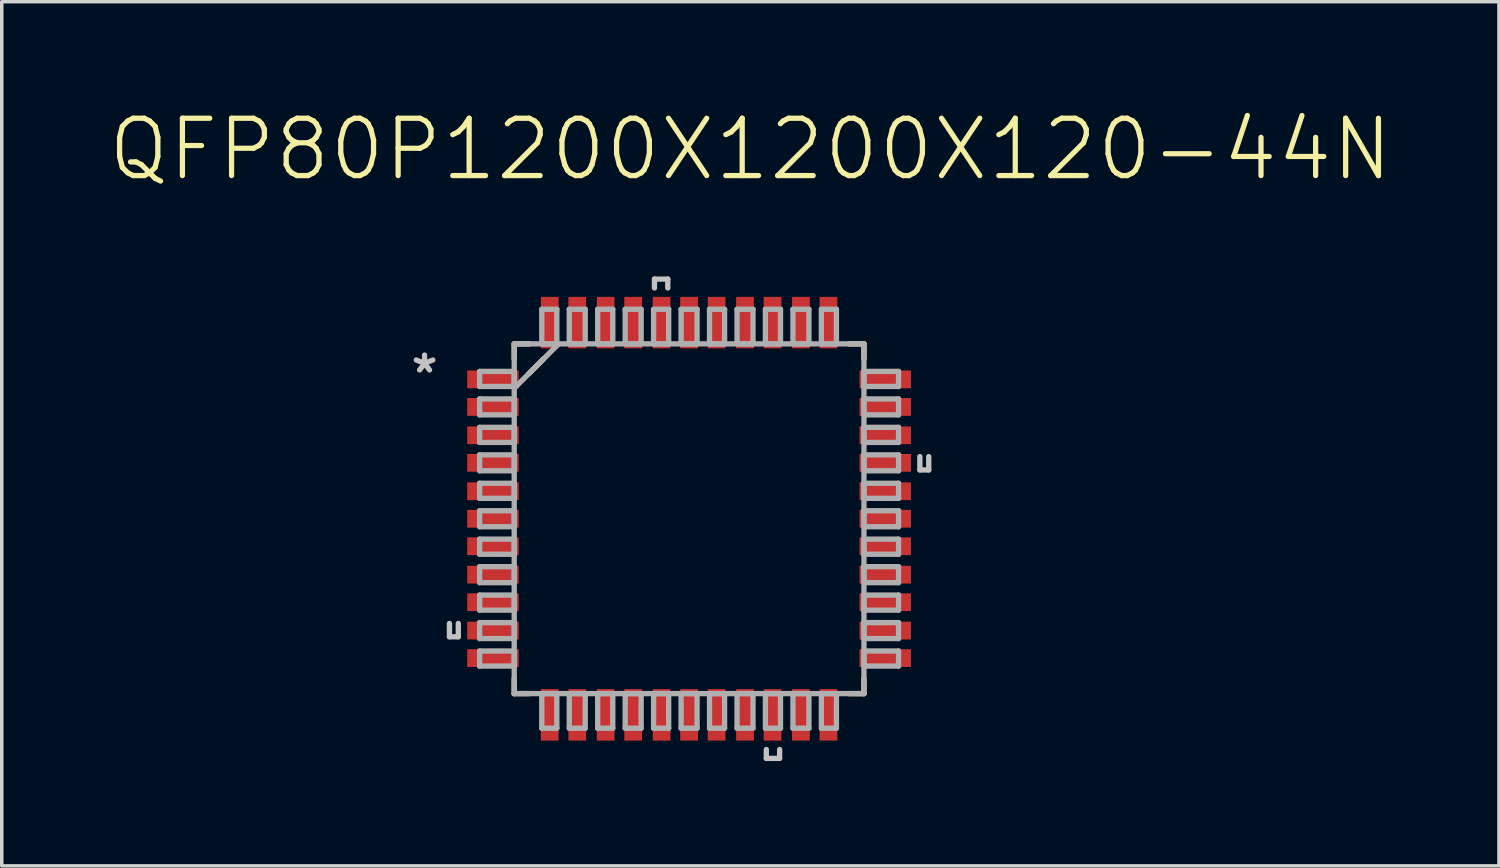
<source format=kicad_pcb>
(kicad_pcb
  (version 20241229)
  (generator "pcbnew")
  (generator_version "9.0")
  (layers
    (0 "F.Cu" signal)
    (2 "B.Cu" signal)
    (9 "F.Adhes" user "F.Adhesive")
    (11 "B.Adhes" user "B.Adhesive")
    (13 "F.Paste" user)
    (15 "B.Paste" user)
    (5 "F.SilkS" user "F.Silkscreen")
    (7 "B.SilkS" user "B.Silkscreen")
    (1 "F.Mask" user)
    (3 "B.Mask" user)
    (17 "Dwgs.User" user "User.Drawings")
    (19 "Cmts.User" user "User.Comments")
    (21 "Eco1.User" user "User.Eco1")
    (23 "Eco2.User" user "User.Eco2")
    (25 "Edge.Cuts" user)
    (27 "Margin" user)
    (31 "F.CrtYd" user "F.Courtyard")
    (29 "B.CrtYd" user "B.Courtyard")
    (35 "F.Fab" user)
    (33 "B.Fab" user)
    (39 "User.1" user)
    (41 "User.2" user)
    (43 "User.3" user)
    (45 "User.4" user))
  (footprint "QFP80P1200X1200X120-44N"
    (layer "F.Cu")
    (at 16.67 11.795)
    (property "Reference" "QFP80P1200X1200X120-44N" (at 1.754 -10.572 0) (layer "F.SilkS") (effects (font (size 1.641 1.641) (thickness 0.15))))
    (attr smd)
    (fp_line (start -5.004 -5.004) (end -5.004 -4.572) (stroke (width 0.152) (type solid)) (layer "F.SilkS"))
    (fp_line (start -5.004 4.572) (end -5.004 5.004) (stroke (width 0.152) (type solid)) (layer "F.SilkS"))
    (fp_line (start -5.004 5.004) (end -4.572 5.004) (stroke (width 0.152) (type solid)) (layer "F.SilkS"))
    (fp_line (start -4.572 -5.004) (end -5.004 -5.004) (stroke (width 0.152) (type solid)) (layer "F.SilkS"))
    (fp_line (start -4.572 -4.166) (end -4.166 -4.572) (stroke (width 0.152) (type solid)) (layer "F.SilkS"))
    (fp_line (start 4.572 5.004) (end 5.004 5.004) (stroke (width 0.152) (type solid)) (layer "F.SilkS"))
    (fp_line (start 5.004 -5.004) (end 4.572 -5.004) (stroke (width 0.152) (type solid)) (layer "F.SilkS"))
    (fp_line (start 5.004 -4.572) (end 5.004 -5.004) (stroke (width 0.152) (type solid)) (layer "F.SilkS"))
    (fp_line (start 5.004 5.004) (end 5.004 4.572) (stroke (width 0.152) (type solid)) (layer "F.SilkS"))
    (fp_line (start -6.858 2.997) (end -6.858 3.378) (stroke (width 0.152) (type solid)) (layer "Dwgs.User"))
    (fp_line (start -6.858 3.378) (end -6.604 3.378) (stroke (width 0.152) (type solid)) (layer "Dwgs.User"))
    (fp_line (start -6.604 3.378) (end -6.604 2.997) (stroke (width 0.152) (type solid)) (layer "Dwgs.User"))
    (fp_line (start -0.991 -6.858) (end -0.61 -6.858) (stroke (width 0.152) (type solid)) (layer "Dwgs.User"))
    (fp_line (start -0.991 -6.604) (end -0.991 -6.858) (stroke (width 0.152) (type solid)) (layer "Dwgs.User"))
    (fp_line (start -0.61 -6.858) (end -0.61 -6.604) (stroke (width 0.152) (type solid)) (layer "Dwgs.User"))
    (fp_line (start 2.21 6.604) (end 2.21 6.858) (stroke (width 0.152) (type solid)) (layer "Dwgs.User"))
    (fp_line (start 2.21 6.858) (end 2.591 6.858) (stroke (width 0.152) (type solid)) (layer "Dwgs.User"))
    (fp_line (start 2.591 6.858) (end 2.591 6.604) (stroke (width 0.152) (type solid)) (layer "Dwgs.User"))
    (fp_line (start 6.604 -1.397) (end 6.604 -1.778) (stroke (width 0.152) (type solid)) (layer "Dwgs.User"))
    (fp_line (start 6.858 -1.778) (end 6.858 -1.397) (stroke (width 0.152) (type solid)) (layer "Dwgs.User"))
    (fp_line (start 6.858 -1.397) (end 6.604 -1.397) (stroke (width 0.152) (type solid)) (layer "Dwgs.User"))
    (fp_line (start -5.994 -4.216) (end -5.994 -3.785) (stroke (width 0.152) (type solid)) (layer "F.Fab"))
    (fp_line (start -5.994 -3.785) (end -5.004 -3.785) (stroke (width 0.152) (type solid)) (layer "F.Fab"))
    (fp_line (start -5.994 -3.429) (end -5.994 -2.972) (stroke (width 0.152) (type solid)) (layer "F.Fab"))
    (fp_line (start -5.994 -2.972) (end -5.004 -2.972) (stroke (width 0.152) (type solid)) (layer "F.Fab"))
    (fp_line (start -5.994 -2.616) (end -5.994 -2.184) (stroke (width 0.152) (type solid)) (layer "F.Fab"))
    (fp_line (start -5.994 -2.184) (end -5.004 -2.184) (stroke (width 0.152) (type solid)) (layer "F.Fab"))
    (fp_line (start -5.994 -1.829) (end -5.994 -1.372) (stroke (width 0.152) (type solid)) (layer "F.Fab"))
    (fp_line (start -5.994 -1.372) (end -5.004 -1.372) (stroke (width 0.152) (type solid)) (layer "F.Fab"))
    (fp_line (start -5.994 -1.016) (end -5.994 -0.584) (stroke (width 0.152) (type solid)) (layer "F.Fab"))
    (fp_line (start -5.994 -0.584) (end -5.004 -0.584) (stroke (width 0.152) (type solid)) (layer "F.Fab"))
    (fp_line (start -5.994 -0.229) (end -5.994 0.229) (stroke (width 0.152) (type solid)) (layer "F.Fab"))
    (fp_line (start -5.994 0.229) (end -5.004 0.229) (stroke (width 0.152) (type solid)) (layer "F.Fab"))
    (fp_line (start -5.994 0.584) (end -5.994 1.016) (stroke (width 0.152) (type solid)) (layer "F.Fab"))
    (fp_line (start -5.994 1.016) (end -5.004 1.016) (stroke (width 0.152) (type solid)) (layer "F.Fab"))
    (fp_line (start -5.994 1.372) (end -5.994 1.829) (stroke (width 0.152) (type solid)) (layer "F.Fab"))
    (fp_line (start -5.994 1.829) (end -5.004 1.829) (stroke (width 0.152) (type solid)) (layer "F.Fab"))
    (fp_line (start -5.994 2.184) (end -5.994 2.616) (stroke (width 0.152) (type solid)) (layer "F.Fab"))
    (fp_line (start -5.994 2.616) (end -5.004 2.616) (stroke (width 0.152) (type solid)) (layer "F.Fab"))
    (fp_line (start -5.994 2.972) (end -5.994 3.429) (stroke (width 0.152) (type solid)) (layer "F.Fab"))
    (fp_line (start -5.994 3.429) (end -5.004 3.429) (stroke (width 0.152) (type solid)) (layer "F.Fab"))
    (fp_line (start -5.994 3.785) (end -5.994 4.216) (stroke (width 0.152) (type solid)) (layer "F.Fab"))
    (fp_line (start -5.994 4.216) (end -5.004 4.216) (stroke (width 0.152) (type solid)) (layer "F.Fab"))
    (fp_line (start -5.004 -5.004) (end -5.004 5.004) (stroke (width 0.152) (type solid)) (layer "F.Fab"))
    (fp_line (start -5.004 -4.216) (end -5.994 -4.216) (stroke (width 0.152) (type solid)) (layer "F.Fab"))
    (fp_line (start -5.004 -3.785) (end -5.004 -4.216) (stroke (width 0.152) (type solid)) (layer "F.Fab"))
    (fp_line (start -5.004 -3.734) (end -3.734 -5.004) (stroke (width 0.152) (type solid)) (layer "F.Fab"))
    (fp_line (start -5.004 -3.429) (end -5.994 -3.429) (stroke (width 0.152) (type solid)) (layer "F.Fab"))
    (fp_line (start -5.004 -2.972) (end -5.004 -3.429) (stroke (width 0.152) (type solid)) (layer "F.Fab"))
    (fp_line (start -5.004 -2.616) (end -5.994 -2.616) (stroke (width 0.152) (type solid)) (layer "F.Fab"))
    (fp_line (start -5.004 -2.184) (end -5.004 -2.616) (stroke (width 0.152) (type solid)) (layer "F.Fab"))
    (fp_line (start -5.004 -1.829) (end -5.994 -1.829) (stroke (width 0.152) (type solid)) (layer "F.Fab"))
    (fp_line (start -5.004 -1.372) (end -5.004 -1.829) (stroke (width 0.152) (type solid)) (layer "F.Fab"))
    (fp_line (start -5.004 -1.016) (end -5.994 -1.016) (stroke (width 0.152) (type solid)) (layer "F.Fab"))
    (fp_line (start -5.004 -0.584) (end -5.004 -1.016) (stroke (width 0.152) (type solid)) (layer "F.Fab"))
    (fp_line (start -5.004 -0.229) (end -5.994 -0.229) (stroke (width 0.152) (type solid)) (layer "F.Fab"))
    (fp_line (start -5.004 0.229) (end -5.004 -0.229) (stroke (width 0.152) (type solid)) (layer "F.Fab"))
    (fp_line (start -5.004 0.584) (end -5.994 0.584) (stroke (width 0.152) (type solid)) (layer "F.Fab"))
    (fp_line (start -5.004 1.016) (end -5.004 0.584) (stroke (width 0.152) (type solid)) (layer "F.Fab"))
    (fp_line (start -5.004 1.372) (end -5.994 1.372) (stroke (width 0.152) (type solid)) (layer "F.Fab"))
    (fp_line (start -5.004 1.829) (end -5.004 1.372) (stroke (width 0.152) (type solid)) (layer "F.Fab"))
    (fp_line (start -5.004 2.184) (end -5.994 2.184) (stroke (width 0.152) (type solid)) (layer "F.Fab"))
    (fp_line (start -5.004 2.616) (end -5.004 2.184) (stroke (width 0.152) (type solid)) (layer "F.Fab"))
    (fp_line (start -5.004 2.972) (end -5.994 2.972) (stroke (width 0.152) (type solid)) (layer "F.Fab"))
    (fp_line (start -5.004 3.429) (end -5.004 2.972) (stroke (width 0.152) (type solid)) (layer "F.Fab"))
    (fp_line (start -5.004 3.785) (end -5.994 3.785) (stroke (width 0.152) (type solid)) (layer "F.Fab"))
    (fp_line (start -5.004 4.216) (end -5.004 3.785) (stroke (width 0.152) (type solid)) (layer "F.Fab"))
    (fp_line (start -5.004 5.004) (end 5.004 5.004) (stroke (width 0.152) (type solid)) (layer "F.Fab"))
    (fp_line (start -4.216 -5.994) (end -4.216 -5.004) (stroke (width 0.152) (type solid)) (layer "F.Fab"))
    (fp_line (start -4.216 -5.004) (end -3.785 -5.004) (stroke (width 0.152) (type solid)) (layer "F.Fab"))
    (fp_line (start -4.216 5.004) (end -4.216 5.994) (stroke (width 0.152) (type solid)) (layer "F.Fab"))
    (fp_line (start -4.216 5.994) (end -3.785 5.994) (stroke (width 0.152) (type solid)) (layer "F.Fab"))
    (fp_line (start -3.785 -5.994) (end -4.216 -5.994) (stroke (width 0.152) (type solid)) (layer "F.Fab"))
    (fp_line (start -3.785 -5.004) (end -3.785 -5.994) (stroke (width 0.152) (type solid)) (layer "F.Fab"))
    (fp_line (start -3.785 5.004) (end -4.216 5.004) (stroke (width 0.152) (type solid)) (layer "F.Fab"))
    (fp_line (start -3.785 5.994) (end -3.785 5.004) (stroke (width 0.152) (type solid)) (layer "F.Fab"))
    (fp_line (start -3.429 -5.994) (end -3.429 -5.004) (stroke (width 0.152) (type solid)) (layer "F.Fab"))
    (fp_line (start -3.429 -5.004) (end -2.972 -5.004) (stroke (width 0.152) (type solid)) (layer "F.Fab"))
    (fp_line (start -3.429 5.004) (end -3.429 5.994) (stroke (width 0.152) (type solid)) (layer "F.Fab"))
    (fp_line (start -3.429 5.994) (end -2.972 5.994) (stroke (width 0.152) (type solid)) (layer "F.Fab"))
    (fp_line (start -2.972 -5.994) (end -3.429 -5.994) (stroke (width 0.152) (type solid)) (layer "F.Fab"))
    (fp_line (start -2.972 -5.004) (end -2.972 -5.994) (stroke (width 0.152) (type solid)) (layer "F.Fab"))
    (fp_line (start -2.972 5.004) (end -3.429 5.004) (stroke (width 0.152) (type solid)) (layer "F.Fab"))
    (fp_line (start -2.972 5.994) (end -2.972 5.004) (stroke (width 0.152) (type solid)) (layer "F.Fab"))
    (fp_line (start -2.616 -5.994) (end -2.616 -5.004) (stroke (width 0.152) (type solid)) (layer "F.Fab"))
    (fp_line (start -2.616 -5.004) (end -2.184 -5.004) (stroke (width 0.152) (type solid)) (layer "F.Fab"))
    (fp_line (start -2.616 5.004) (end -2.616 5.994) (stroke (width 0.152) (type solid)) (layer "F.Fab"))
    (fp_line (start -2.616 5.994) (end -2.184 5.994) (stroke (width 0.152) (type solid)) (layer "F.Fab"))
    (fp_line (start -2.184 -5.994) (end -2.616 -5.994) (stroke (width 0.152) (type solid)) (layer "F.Fab"))
    (fp_line (start -2.184 -5.004) (end -2.184 -5.994) (stroke (width 0.152) (type solid)) (layer "F.Fab"))
    (fp_line (start -2.184 5.004) (end -2.616 5.004) (stroke (width 0.152) (type solid)) (layer "F.Fab"))
    (fp_line (start -2.184 5.994) (end -2.184 5.004) (stroke (width 0.152) (type solid)) (layer "F.Fab"))
    (fp_line (start -1.829 -5.994) (end -1.829 -5.004) (stroke (width 0.152) (type solid)) (layer "F.Fab"))
    (fp_line (start -1.829 -5.004) (end -1.372 -5.004) (stroke (width 0.152) (type solid)) (layer "F.Fab"))
    (fp_line (start -1.829 5.004) (end -1.829 5.994) (stroke (width 0.152) (type solid)) (layer "F.Fab"))
    (fp_line (start -1.829 5.994) (end -1.372 5.994) (stroke (width 0.152) (type solid)) (layer "F.Fab"))
    (fp_line (start -1.372 -5.994) (end -1.829 -5.994) (stroke (width 0.152) (type solid)) (layer "F.Fab"))
    (fp_line (start -1.372 -5.004) (end -1.372 -5.994) (stroke (width 0.152) (type solid)) (layer "F.Fab"))
    (fp_line (start -1.372 5.004) (end -1.829 5.004) (stroke (width 0.152) (type solid)) (layer "F.Fab"))
    (fp_line (start -1.372 5.994) (end -1.372 5.004) (stroke (width 0.152) (type solid)) (layer "F.Fab"))
    (fp_line (start -1.016 -5.994) (end -1.016 -5.004) (stroke (width 0.152) (type solid)) (layer "F.Fab"))
    (fp_line (start -1.016 -5.004) (end -0.584 -5.004) (stroke (width 0.152) (type solid)) (layer "F.Fab"))
    (fp_line (start -1.016 5.004) (end -1.016 5.994) (stroke (width 0.152) (type solid)) (layer "F.Fab"))
    (fp_line (start -1.016 5.994) (end -0.584 5.994) (stroke (width 0.152) (type solid)) (layer "F.Fab"))
    (fp_line (start -0.584 -5.994) (end -1.016 -5.994) (stroke (width 0.152) (type solid)) (layer "F.Fab"))
    (fp_line (start -0.584 -5.004) (end -0.584 -5.994) (stroke (width 0.152) (type solid)) (layer "F.Fab"))
    (fp_line (start -0.584 5.004) (end -1.016 5.004) (stroke (width 0.152) (type solid)) (layer "F.Fab"))
    (fp_line (start -0.584 5.994) (end -0.584 5.004) (stroke (width 0.152) (type solid)) (layer "F.Fab"))
    (fp_line (start -0.229 -5.994) (end -0.229 -5.004) (stroke (width 0.152) (type solid)) (layer "F.Fab"))
    (fp_line (start -0.229 -5.004) (end 0.229 -5.004) (stroke (width 0.152) (type solid)) (layer "F.Fab"))
    (fp_line (start -0.229 5.004) (end -0.229 5.994) (stroke (width 0.152) (type solid)) (layer "F.Fab"))
    (fp_line (start -0.229 5.994) (end 0.229 5.994) (stroke (width 0.152) (type solid)) (layer "F.Fab"))
    (fp_line (start 0.229 -5.994) (end -0.229 -5.994) (stroke (width 0.152) (type solid)) (layer "F.Fab"))
    (fp_line (start 0.229 -5.004) (end 0.229 -5.994) (stroke (width 0.152) (type solid)) (layer "F.Fab"))
    (fp_line (start 0.229 5.004) (end -0.229 5.004) (stroke (width 0.152) (type solid)) (layer "F.Fab"))
    (fp_line (start 0.229 5.994) (end 0.229 5.004) (stroke (width 0.152) (type solid)) (layer "F.Fab"))
    (fp_line (start 0.584 -5.994) (end 0.584 -5.004) (stroke (width 0.152) (type solid)) (layer "F.Fab"))
    (fp_line (start 0.584 -5.004) (end 1.016 -5.004) (stroke (width 0.152) (type solid)) (layer "F.Fab"))
    (fp_line (start 0.584 5.004) (end 0.584 5.994) (stroke (width 0.152) (type solid)) (layer "F.Fab"))
    (fp_line (start 0.584 5.994) (end 1.016 5.994) (stroke (width 0.152) (type solid)) (layer "F.Fab"))
    (fp_line (start 1.016 -5.994) (end 0.584 -5.994) (stroke (width 0.152) (type solid)) (layer "F.Fab"))
    (fp_line (start 1.016 -5.004) (end 1.016 -5.994) (stroke (width 0.152) (type solid)) (layer "F.Fab"))
    (fp_line (start 1.016 5.004) (end 0.584 5.004) (stroke (width 0.152) (type solid)) (layer "F.Fab"))
    (fp_line (start 1.016 5.994) (end 1.016 5.004) (stroke (width 0.152) (type solid)) (layer "F.Fab"))
    (fp_line (start 1.372 -5.994) (end 1.372 -5.004) (stroke (width 0.152) (type solid)) (layer "F.Fab"))
    (fp_line (start 1.372 -5.004) (end 1.829 -5.004) (stroke (width 0.152) (type solid)) (layer "F.Fab"))
    (fp_line (start 1.372 5.004) (end 1.372 5.994) (stroke (width 0.152) (type solid)) (layer "F.Fab"))
    (fp_line (start 1.372 5.994) (end 1.829 5.994) (stroke (width 0.152) (type solid)) (layer "F.Fab"))
    (fp_line (start 1.829 -5.994) (end 1.372 -5.994) (stroke (width 0.152) (type solid)) (layer "F.Fab"))
    (fp_line (start 1.829 -5.004) (end 1.829 -5.994) (stroke (width 0.152) (type solid)) (layer "F.Fab"))
    (fp_line (start 1.829 5.004) (end 1.372 5.004) (stroke (width 0.152) (type solid)) (layer "F.Fab"))
    (fp_line (start 1.829 5.994) (end 1.829 5.004) (stroke (width 0.152) (type solid)) (layer "F.Fab"))
    (fp_line (start 2.184 -5.994) (end 2.184 -5.004) (stroke (width 0.152) (type solid)) (layer "F.Fab"))
    (fp_line (start 2.184 -5.004) (end 2.616 -5.004) (stroke (width 0.152) (type solid)) (layer "F.Fab"))
    (fp_line (start 2.184 5.004) (end 2.184 5.994) (stroke (width 0.152) (type solid)) (layer "F.Fab"))
    (fp_line (start 2.184 5.994) (end 2.616 5.994) (stroke (width 0.152) (type solid)) (layer "F.Fab"))
    (fp_line (start 2.616 -5.994) (end 2.184 -5.994) (stroke (width 0.152) (type solid)) (layer "F.Fab"))
    (fp_line (start 2.616 -5.004) (end 2.616 -5.994) (stroke (width 0.152) (type solid)) (layer "F.Fab"))
    (fp_line (start 2.616 5.004) (end 2.184 5.004) (stroke (width 0.152) (type solid)) (layer "F.Fab"))
    (fp_line (start 2.616 5.994) (end 2.616 5.004) (stroke (width 0.152) (type solid)) (layer "F.Fab"))
    (fp_line (start 2.972 -5.994) (end 2.972 -5.004) (stroke (width 0.152) (type solid)) (layer "F.Fab"))
    (fp_line (start 2.972 -5.004) (end 3.429 -5.004) (stroke (width 0.152) (type solid)) (layer "F.Fab"))
    (fp_line (start 2.972 5.004) (end 2.972 5.994) (stroke (width 0.152) (type solid)) (layer "F.Fab"))
    (fp_line (start 2.972 5.994) (end 3.429 5.994) (stroke (width 0.152) (type solid)) (layer "F.Fab"))
    (fp_line (start 3.429 -5.994) (end 2.972 -5.994) (stroke (width 0.152) (type solid)) (layer "F.Fab"))
    (fp_line (start 3.429 -5.004) (end 3.429 -5.994) (stroke (width 0.152) (type solid)) (layer "F.Fab"))
    (fp_line (start 3.429 5.004) (end 2.972 5.004) (stroke (width 0.152) (type solid)) (layer "F.Fab"))
    (fp_line (start 3.429 5.994) (end 3.429 5.004) (stroke (width 0.152) (type solid)) (layer "F.Fab"))
    (fp_line (start 3.785 -5.994) (end 3.785 -5.004) (stroke (width 0.152) (type solid)) (layer "F.Fab"))
    (fp_line (start 3.785 -5.004) (end 4.216 -5.004) (stroke (width 0.152) (type solid)) (layer "F.Fab"))
    (fp_line (start 3.785 5.004) (end 3.785 5.994) (stroke (width 0.152) (type solid)) (layer "F.Fab"))
    (fp_line (start 3.785 5.994) (end 4.216 5.994) (stroke (width 0.152) (type solid)) (layer "F.Fab"))
    (fp_line (start 4.216 -5.994) (end 3.785 -5.994) (stroke (width 0.152) (type solid)) (layer "F.Fab"))
    (fp_line (start 4.216 -5.004) (end 4.216 -5.994) (stroke (width 0.152) (type solid)) (layer "F.Fab"))
    (fp_line (start 4.216 5.004) (end 3.785 5.004) (stroke (width 0.152) (type solid)) (layer "F.Fab"))
    (fp_line (start 4.216 5.994) (end 4.216 5.004) (stroke (width 0.152) (type solid)) (layer "F.Fab"))
    (fp_line (start 5.004 -5.004) (end -5.004 -5.004) (stroke (width 0.152) (type solid)) (layer "F.Fab"))
    (fp_line (start 5.004 -4.216) (end 5.004 -3.785) (stroke (width 0.152) (type solid)) (layer "F.Fab"))
    (fp_line (start 5.004 -3.785) (end 5.994 -3.785) (stroke (width 0.152) (type solid)) (layer "F.Fab"))
    (fp_line (start 5.004 -3.429) (end 5.004 -2.972) (stroke (width 0.152) (type solid)) (layer "F.Fab"))
    (fp_line (start 5.004 -2.972) (end 5.994 -2.972) (stroke (width 0.152) (type solid)) (layer "F.Fab"))
    (fp_line (start 5.004 -2.616) (end 5.004 -2.184) (stroke (width 0.152) (type solid)) (layer "F.Fab"))
    (fp_line (start 5.004 -2.184) (end 5.994 -2.184) (stroke (width 0.152) (type solid)) (layer "F.Fab"))
    (fp_line (start 5.004 -1.829) (end 5.004 -1.372) (stroke (width 0.152) (type solid)) (layer "F.Fab"))
    (fp_line (start 5.004 -1.372) (end 5.994 -1.372) (stroke (width 0.152) (type solid)) (layer "F.Fab"))
    (fp_line (start 5.004 -1.016) (end 5.004 -0.584) (stroke (width 0.152) (type solid)) (layer "F.Fab"))
    (fp_line (start 5.004 -0.584) (end 5.994 -0.584) (stroke (width 0.152) (type solid)) (layer "F.Fab"))
    (fp_line (start 5.004 -0.229) (end 5.004 0.229) (stroke (width 0.152) (type solid)) (layer "F.Fab"))
    (fp_line (start 5.004 0.229) (end 5.994 0.229) (stroke (width 0.152) (type solid)) (layer "F.Fab"))
    (fp_line (start 5.004 0.584) (end 5.004 1.016) (stroke (width 0.152) (type solid)) (layer "F.Fab"))
    (fp_line (start 5.004 1.016) (end 5.994 1.016) (stroke (width 0.152) (type solid)) (layer "F.Fab"))
    (fp_line (start 5.004 1.372) (end 5.004 1.829) (stroke (width 0.152) (type solid)) (layer "F.Fab"))
    (fp_line (start 5.004 1.829) (end 5.994 1.829) (stroke (width 0.152) (type solid)) (layer "F.Fab"))
    (fp_line (start 5.004 2.184) (end 5.004 2.616) (stroke (width 0.152) (type solid)) (layer "F.Fab"))
    (fp_line (start 5.004 2.616) (end 5.994 2.616) (stroke (width 0.152) (type solid)) (layer "F.Fab"))
    (fp_line (start 5.004 2.972) (end 5.004 3.429) (stroke (width 0.152) (type solid)) (layer "F.Fab"))
    (fp_line (start 5.004 3.429) (end 5.994 3.429) (stroke (width 0.152) (type solid)) (layer "F.Fab"))
    (fp_line (start 5.004 3.785) (end 5.004 4.216) (stroke (width 0.152) (type solid)) (layer "F.Fab"))
    (fp_line (start 5.004 4.216) (end 5.994 4.216) (stroke (width 0.152) (type solid)) (layer "F.Fab"))
    (fp_line (start 5.004 5.004) (end 5.004 -5.004) (stroke (width 0.152) (type solid)) (layer "F.Fab"))
    (fp_line (start 5.994 -4.216) (end 5.004 -4.216) (stroke (width 0.152) (type solid)) (layer "F.Fab"))
    (fp_line (start 5.994 -3.785) (end 5.994 -4.216) (stroke (width 0.152) (type solid)) (layer "F.Fab"))
    (fp_line (start 5.994 -3.429) (end 5.004 -3.429) (stroke (width 0.152) (type solid)) (layer "F.Fab"))
    (fp_line (start 5.994 -2.972) (end 5.994 -3.429) (stroke (width 0.152) (type solid)) (layer "F.Fab"))
    (fp_line (start 5.994 -2.616) (end 5.004 -2.616) (stroke (width 0.152) (type solid)) (layer "F.Fab"))
    (fp_line (start 5.994 -2.184) (end 5.994 -2.616) (stroke (width 0.152) (type solid)) (layer "F.Fab"))
    (fp_line (start 5.994 -1.829) (end 5.004 -1.829) (stroke (width 0.152) (type solid)) (layer "F.Fab"))
    (fp_line (start 5.994 -1.372) (end 5.994 -1.829) (stroke (width 0.152) (type solid)) (layer "F.Fab"))
    (fp_line (start 5.994 -1.016) (end 5.004 -1.016) (stroke (width 0.152) (type solid)) (layer "F.Fab"))
    (fp_line (start 5.994 -0.584) (end 5.994 -1.016) (stroke (width 0.152) (type solid)) (layer "F.Fab"))
    (fp_line (start 5.994 -0.229) (end 5.004 -0.229) (stroke (width 0.152) (type solid)) (layer "F.Fab"))
    (fp_line (start 5.994 0.229) (end 5.994 -0.229) (stroke (width 0.152) (type solid)) (layer "F.Fab"))
    (fp_line (start 5.994 0.584) (end 5.004 0.584) (stroke (width 0.152) (type solid)) (layer "F.Fab"))
    (fp_line (start 5.994 1.016) (end 5.994 0.584) (stroke (width 0.152) (type solid)) (layer "F.Fab"))
    (fp_line (start 5.994 1.372) (end 5.004 1.372) (stroke (width 0.152) (type solid)) (layer "F.Fab"))
    (fp_line (start 5.994 1.829) (end 5.994 1.372) (stroke (width 0.152) (type solid)) (layer "F.Fab"))
    (fp_line (start 5.994 2.184) (end 5.004 2.184) (stroke (width 0.152) (type solid)) (layer "F.Fab"))
    (fp_line (start 5.994 2.616) (end 5.994 2.184) (stroke (width 0.152) (type solid)) (layer "F.Fab"))
    (fp_line (start 5.994 2.972) (end 5.004 2.972) (stroke (width 0.152) (type solid)) (layer "F.Fab"))
    (fp_line (start 5.994 3.429) (end 5.994 2.972) (stroke (width 0.152) (type solid)) (layer "F.Fab"))
    (fp_line (start 5.994 3.785) (end 5.004 3.785) (stroke (width 0.152) (type solid)) (layer "F.Fab"))
    (fp_line (start 5.994 4.216) (end 5.994 3.785) (stroke (width 0.152) (type solid)) (layer "F.Fab"))
    (fp_text user "*" (at -7.57 -4.141 0) (layer "Dwgs.User") (effects (font (size 1 1) (thickness 0.15))))
    (pad "1" smd rect (at -5.613 -3.988 270) (size 0.508 1.473) (layers "F.Cu" "F.Mask" "F.Paste"))
    (pad "2" smd rect (at -5.613 -3.2 270) (size 0.508 1.473) (layers "F.Cu" "F.Mask" "F.Paste"))
    (pad "3" smd rect (at -5.613 -2.388 270) (size 0.508 1.473) (layers "F.Cu" "F.Mask" "F.Paste"))
    (pad "4" smd rect (at -5.613 -1.6 270) (size 0.508 1.473) (layers "F.Cu" "F.Mask" "F.Paste"))
    (pad "5" smd rect (at -5.613 -0.787 270) (size 0.508 1.473) (layers "F.Cu" "F.Mask" "F.Paste"))
    (pad "6" smd rect (at -5.613 0 270) (size 0.508 1.473) (layers "F.Cu" "F.Mask" "F.Paste"))
    (pad "7" smd rect (at -5.613 0.787 270) (size 0.508 1.473) (layers "F.Cu" "F.Mask" "F.Paste"))
    (pad "8" smd rect (at -5.613 1.6 270) (size 0.508 1.473) (layers "F.Cu" "F.Mask" "F.Paste"))
    (pad "9" smd rect (at -5.613 2.388 270) (size 0.508 1.473) (layers "F.Cu" "F.Mask" "F.Paste"))
    (pad "10" smd rect (at -5.613 3.2 270) (size 0.508 1.473) (layers "F.Cu" "F.Mask" "F.Paste"))
    (pad "11" smd rect (at -5.613 3.988 270) (size 0.508 1.473) (layers "F.Cu" "F.Mask" "F.Paste"))
    (pad "12" smd rect (at -3.988 5.613 180) (size 0.508 1.473) (layers "F.Cu" "F.Mask" "F.Paste"))
    (pad "13" smd rect (at -3.2 5.613 180) (size 0.508 1.473) (layers "F.Cu" "F.Mask" "F.Paste"))
    (pad "14" smd rect (at -2.388 5.613 180) (size 0.508 1.473) (layers "F.Cu" "F.Mask" "F.Paste"))
    (pad "15" smd rect (at -1.6 5.613 180) (size 0.508 1.473) (layers "F.Cu" "F.Mask" "F.Paste"))
    (pad "16" smd rect (at -0.787 5.613 180) (size 0.508 1.473) (layers "F.Cu" "F.Mask" "F.Paste"))
    (pad "17" smd rect (at 0 5.613 180) (size 0.508 1.473) (layers "F.Cu" "F.Mask" "F.Paste"))
    (pad "18" smd rect (at 0.787 5.613 180) (size 0.508 1.473) (layers "F.Cu" "F.Mask" "F.Paste"))
    (pad "19" smd rect (at 1.6 5.613 180) (size 0.508 1.473) (layers "F.Cu" "F.Mask" "F.Paste"))
    (pad "20" smd rect (at 2.388 5.613 180) (size 0.508 1.473) (layers "F.Cu" "F.Mask" "F.Paste"))
    (pad "21" smd rect (at 3.2 5.613 180) (size 0.508 1.473) (layers "F.Cu" "F.Mask" "F.Paste"))
    (pad "22" smd rect (at 3.988 5.613 180) (size 0.508 1.473) (layers "F.Cu" "F.Mask" "F.Paste"))
    (pad "23" smd rect (at 5.613 3.988 270) (size 0.508 1.473) (layers "F.Cu" "F.Mask" "F.Paste"))
    (pad "24" smd rect (at 5.613 3.2 270) (size 0.508 1.473) (layers "F.Cu" "F.Mask" "F.Paste"))
    (pad "25" smd rect (at 5.613 2.388 270) (size 0.508 1.473) (layers "F.Cu" "F.Mask" "F.Paste"))
    (pad "26" smd rect (at 5.613 1.6 270) (size 0.508 1.473) (layers "F.Cu" "F.Mask" "F.Paste"))
    (pad "27" smd rect (at 5.613 0.787 270) (size 0.508 1.473) (layers "F.Cu" "F.Mask" "F.Paste"))
    (pad "28" smd rect (at 5.613 0 270) (size 0.508 1.473) (layers "F.Cu" "F.Mask" "F.Paste"))
    (pad "29" smd rect (at 5.613 -0.787 270) (size 0.508 1.473) (layers "F.Cu" "F.Mask" "F.Paste"))
    (pad "30" smd rect (at 5.613 -1.6 270) (size 0.508 1.473) (layers "F.Cu" "F.Mask" "F.Paste"))
    (pad "31" smd rect (at 5.613 -2.388 270) (size 0.508 1.473) (layers "F.Cu" "F.Mask" "F.Paste"))
    (pad "32" smd rect (at 5.613 -3.2 270) (size 0.508 1.473) (layers "F.Cu" "F.Mask" "F.Paste"))
    (pad "33" smd rect (at 5.613 -3.988 270) (size 0.508 1.473) (layers "F.Cu" "F.Mask" "F.Paste"))
    (pad "34" smd rect (at 3.988 -5.613 180) (size 0.508 1.473) (layers "F.Cu" "F.Mask" "F.Paste"))
    (pad "35" smd rect (at 3.2 -5.613 180) (size 0.508 1.473) (layers "F.Cu" "F.Mask" "F.Paste"))
    (pad "36" smd rect (at 2.388 -5.613 180) (size 0.508 1.473) (layers "F.Cu" "F.Mask" "F.Paste"))
    (pad "37" smd rect (at 1.6 -5.613 180) (size 0.508 1.473) (layers "F.Cu" "F.Mask" "F.Paste"))
    (pad "38" smd rect (at 0.787 -5.613 180) (size 0.508 1.473) (layers "F.Cu" "F.Mask" "F.Paste"))
    (pad "39" smd rect (at 0 -5.613 180) (size 0.508 1.473) (layers "F.Cu" "F.Mask" "F.Paste"))
    (pad "40" smd rect (at -0.787 -5.613 180) (size 0.508 1.473) (layers "F.Cu" "F.Mask" "F.Paste"))
    (pad "41" smd rect (at -1.6 -5.613 180) (size 0.508 1.473) (layers "F.Cu" "F.Mask" "F.Paste"))
    (pad "42" smd rect (at -2.388 -5.613 180) (size 0.508 1.473) (layers "F.Cu" "F.Mask" "F.Paste"))
    (pad "43" smd rect (at -3.2 -5.613 180) (size 0.508 1.473) (layers "F.Cu" "F.Mask" "F.Paste"))
    (pad "44" smd rect (at -3.988 -5.613 180) (size 0.508 1.473) (layers "F.Cu" "F.Mask" "F.Paste")))
  (gr_rect
    (start -3 -3)
    (end 39.846 21.729)
    (stroke (width 0.1) (type default))
    (fill no)
    (layer "Edge.Cuts")))
</source>
